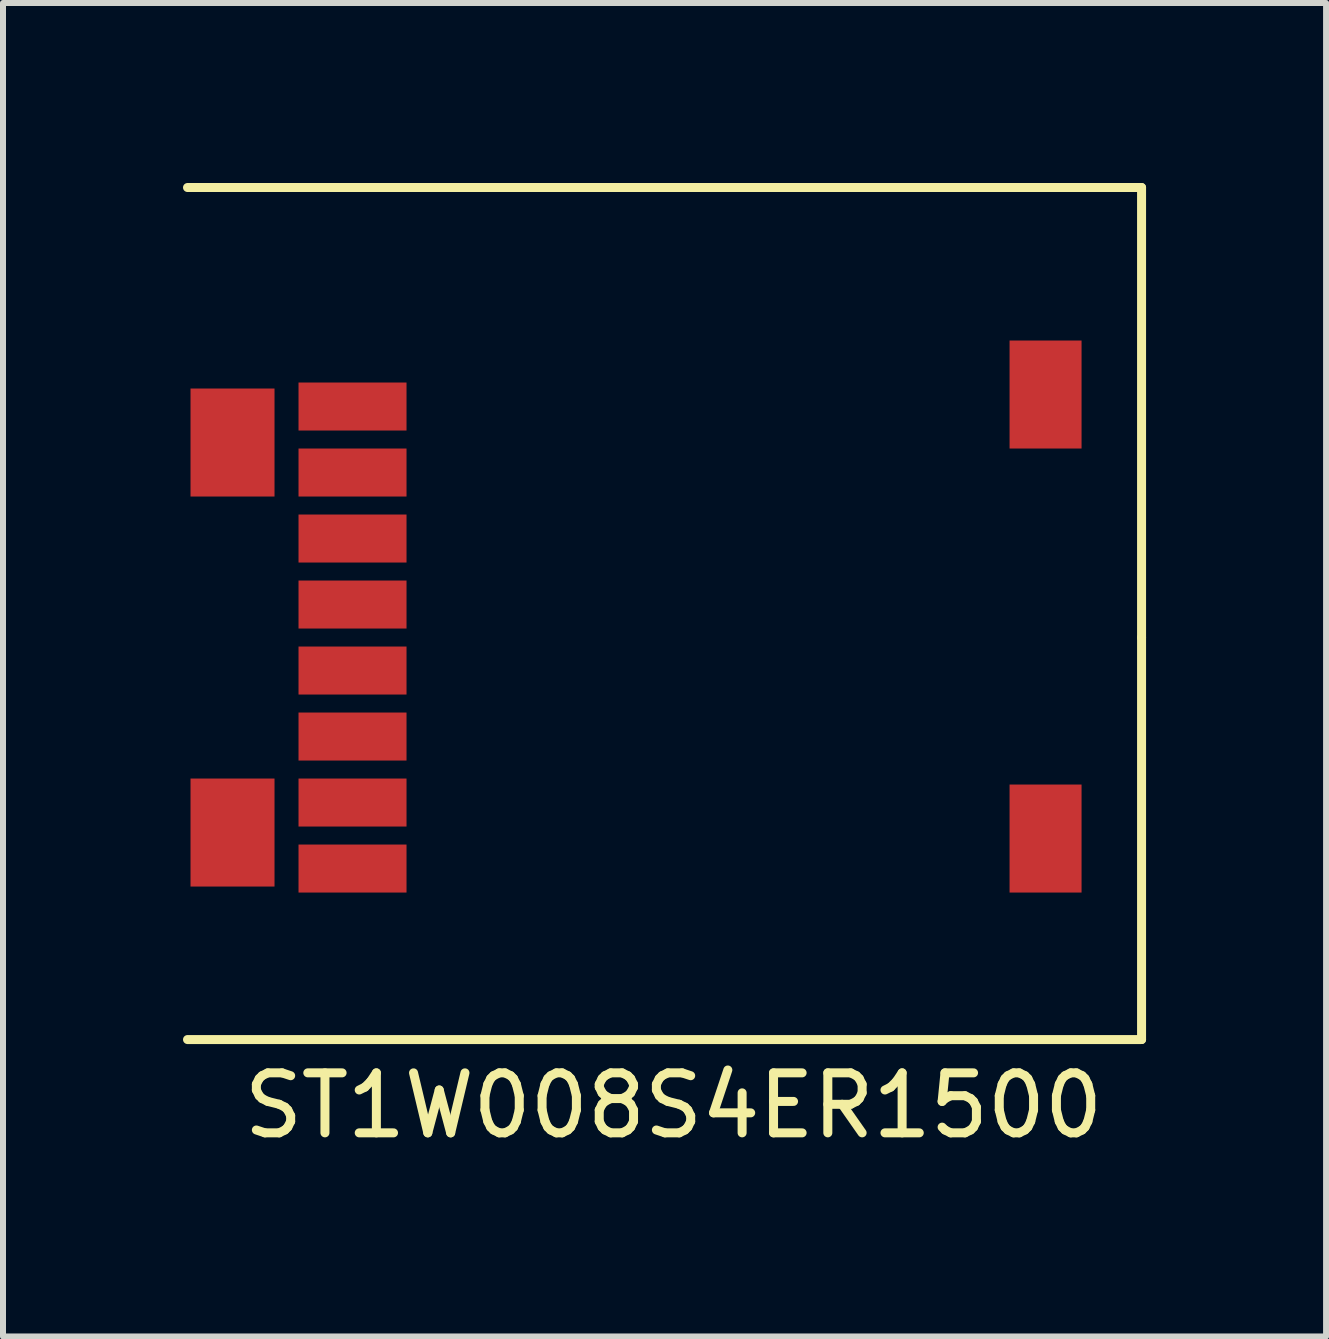
<source format=kicad_pcb>
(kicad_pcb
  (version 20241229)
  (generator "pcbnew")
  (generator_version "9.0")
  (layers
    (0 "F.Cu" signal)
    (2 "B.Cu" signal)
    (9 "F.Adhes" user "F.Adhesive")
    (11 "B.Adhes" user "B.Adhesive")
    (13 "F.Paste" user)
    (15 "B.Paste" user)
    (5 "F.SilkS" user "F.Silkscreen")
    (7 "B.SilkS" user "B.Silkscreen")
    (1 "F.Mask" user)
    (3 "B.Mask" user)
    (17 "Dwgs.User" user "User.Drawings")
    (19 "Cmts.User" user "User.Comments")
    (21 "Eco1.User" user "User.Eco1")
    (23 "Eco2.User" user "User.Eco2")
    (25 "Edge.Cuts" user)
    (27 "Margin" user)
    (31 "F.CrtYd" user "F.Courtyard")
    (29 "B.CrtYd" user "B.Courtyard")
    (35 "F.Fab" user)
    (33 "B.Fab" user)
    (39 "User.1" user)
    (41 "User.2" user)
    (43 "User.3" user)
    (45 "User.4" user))
  (footprint "ST1W008S4ER1500"
    (layer "F.Cu")
    (at 9.275 7.375)
    (property "Reference" "ST1W008S4ER1500" (at -1.1 8 0) (layer "F.SilkS") (effects (font (size 1 1) (thickness 0.15))))
    (attr through_hole)
    (fp_line (start 6.7 -7.3) (end -9.2 -7.3) (stroke (width 0.15) (type solid)) (layer "F.SilkS"))
    (fp_line (start 6.7 0.2) (end 6.7 -7.3) (stroke (width 0.15) (type solid)) (layer "F.SilkS"))
    (fp_line (start 6.7 0.2) (end 6.7 6.9) (stroke (width 0.15) (type solid)) (layer "F.SilkS"))
    (fp_line (start 6.7 6.9) (end -9.2 6.9) (stroke (width 0.15) (type solid)) (layer "F.SilkS"))
    (pad "1" smd rect (at -6.45 4.05) (size 1.8 0.8) (layers "F.Cu" "F.Mask" "F.Paste"))
    (pad "2" smd rect (at -6.45 2.95) (size 1.8 0.8) (layers "F.Cu" "F.Mask" "F.Paste"))
    (pad "3" smd rect (at -6.45 1.85) (size 1.8 0.8) (layers "F.Cu" "F.Mask" "F.Paste"))
    (pad "4" smd rect (at -6.45 0.75) (size 1.8 0.8) (layers "F.Cu" "F.Mask" "F.Paste"))
    (pad "5" smd rect (at -6.45 -0.35) (size 1.8 0.8) (layers "F.Cu" "F.Mask" "F.Paste"))
    (pad "6" smd rect (at -6.45 -1.45) (size 1.8 0.8) (layers "F.Cu" "F.Mask" "F.Paste"))
    (pad "7" smd rect (at -6.45 -2.55) (size 1.8 0.8) (layers "F.Cu" "F.Mask" "F.Paste"))
    (pad "8" smd rect (at -6.45 -3.65) (size 1.8 0.8) (layers "F.Cu" "F.Mask" "F.Paste"))
    (pad "GND1" smd rect (at 5.1 3.55) (size 1.2 1.8) (layers "F.Cu" "F.Mask" "F.Paste"))
    (pad "GND2" smd rect (at 5.1 -3.85) (size 1.2 1.8) (layers "F.Cu" "F.Mask" "F.Paste"))
    (pad "GND3" smd rect (at -8.45 3.45) (size 1.4 1.8) (layers "F.Cu" "F.Mask" "F.Paste"))
    (pad "GND4" smd rect (at -8.45 -3.05) (size 1.4 1.8) (layers "F.Cu" "F.Mask" "F.Paste")))
  (gr_rect
    (start -3 -3)
    (end 19.05 19.223)
    (stroke (width 0.1) (type default))
    (fill no)
    (layer "Edge.Cuts")))
</source>
